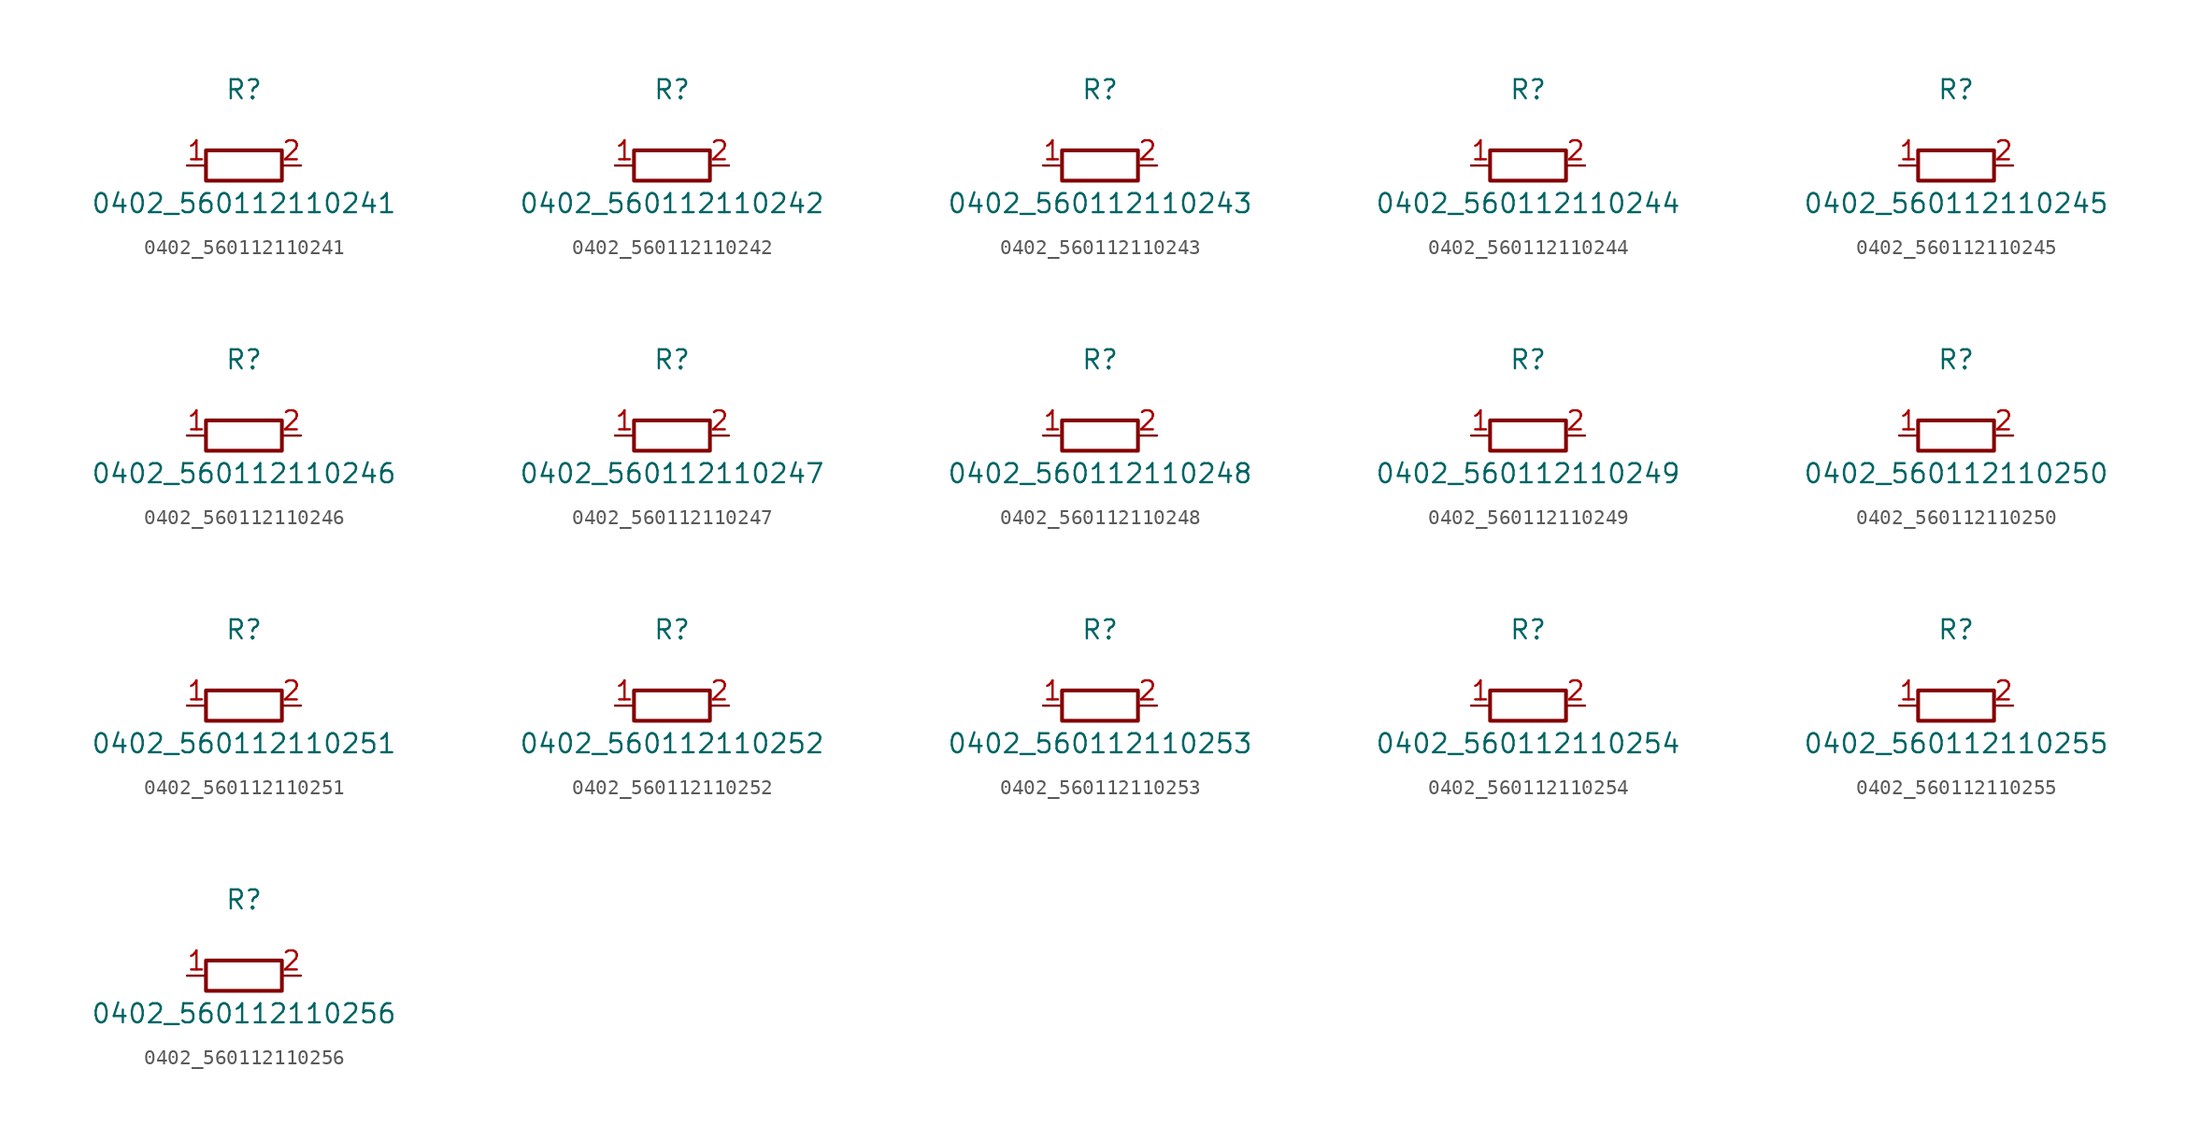
<source format=kicad_sym>
(kicad_symbol_lib
  (version 20220914)
  (generator kicad_symbol_editor)
  (symbol "0402_560112110241"
    (pin_names hide)
    (property "Reference" "R"
      (at 0 5.08 0)
      (effects (font (size 1.27 1.27))))
    (property "Value" "0402_560112110241"
      (at 0 -2.54 0)
      (effects (font (size 1.27 1.27))))
    (symbol "0402_560112110241_0_1"
      (rectangle (start -2.54 -1.016) (end 2.54 1.016) (stroke (width 0.254) (type default)) (fill (type none))))
    (symbol "0402_560112110241_1_1"
      (pin passive line (at -3.81 0 0) (length 1.27) (name "~" (effects (font (size 1.27 1.27)))) (number "1" (effects (font (size 1.27 1.27)))))
      (pin passive line (at 3.81 0 180) (length 1.27) (name "~" (effects (font (size 1.27 1.27)))) (number "2" (effects (font (size 1.27 1.27)))))))
  (symbol "0402_560112110242"
    (pin_names hide)
    (property "Reference" "R"
      (at 0 5.08 0)
      (effects (font (size 1.27 1.27))))
    (property "Value" "0402_560112110242"
      (at 0 -2.54 0)
      (effects (font (size 1.27 1.27))))
    (symbol "0402_560112110242_0_1"
      (rectangle (start -2.54 -1.016) (end 2.54 1.016) (stroke (width 0.254) (type default)) (fill (type none))))
    (symbol "0402_560112110242_1_1"
      (pin passive line (at -3.81 0 0) (length 1.27) (name "~" (effects (font (size 1.27 1.27)))) (number "1" (effects (font (size 1.27 1.27)))))
      (pin passive line (at 3.81 0 180) (length 1.27) (name "~" (effects (font (size 1.27 1.27)))) (number "2" (effects (font (size 1.27 1.27)))))))
  (symbol "0402_560112110243"
    (pin_names hide)
    (property "Reference" "R"
      (at 0 5.08 0)
      (effects (font (size 1.27 1.27))))
    (property "Value" "0402_560112110243"
      (at 0 -2.54 0)
      (effects (font (size 1.27 1.27))))
    (symbol "0402_560112110243_0_1"
      (rectangle (start -2.54 -1.016) (end 2.54 1.016) (stroke (width 0.254) (type default)) (fill (type none))))
    (symbol "0402_560112110243_1_1"
      (pin passive line (at -3.81 0 0) (length 1.27) (name "~" (effects (font (size 1.27 1.27)))) (number "1" (effects (font (size 1.27 1.27)))))
      (pin passive line (at 3.81 0 180) (length 1.27) (name "~" (effects (font (size 1.27 1.27)))) (number "2" (effects (font (size 1.27 1.27)))))))
  (symbol "0402_560112110244"
    (pin_names hide)
    (property "Reference" "R"
      (at 0 5.08 0)
      (effects (font (size 1.27 1.27))))
    (property "Value" "0402_560112110244"
      (at 0 -2.54 0)
      (effects (font (size 1.27 1.27))))
    (symbol "0402_560112110244_0_1"
      (rectangle (start -2.54 -1.016) (end 2.54 1.016) (stroke (width 0.254) (type default)) (fill (type none))))
    (symbol "0402_560112110244_1_1"
      (pin passive line (at -3.81 0 0) (length 1.27) (name "~" (effects (font (size 1.27 1.27)))) (number "1" (effects (font (size 1.27 1.27)))))
      (pin passive line (at 3.81 0 180) (length 1.27) (name "~" (effects (font (size 1.27 1.27)))) (number "2" (effects (font (size 1.27 1.27)))))))
  (symbol "0402_560112110245"
    (pin_names hide)
    (property "Reference" "R"
      (at 0 5.08 0)
      (effects (font (size 1.27 1.27))))
    (property "Value" "0402_560112110245"
      (at 0 -2.54 0)
      (effects (font (size 1.27 1.27))))
    (symbol "0402_560112110245_0_1"
      (rectangle (start -2.54 -1.016) (end 2.54 1.016) (stroke (width 0.254) (type default)) (fill (type none))))
    (symbol "0402_560112110245_1_1"
      (pin passive line (at -3.81 0 0) (length 1.27) (name "~" (effects (font (size 1.27 1.27)))) (number "1" (effects (font (size 1.27 1.27)))))
      (pin passive line (at 3.81 0 180) (length 1.27) (name "~" (effects (font (size 1.27 1.27)))) (number "2" (effects (font (size 1.27 1.27)))))))
  (symbol "0402_560112110246"
    (pin_names hide)
    (property "Reference" "R"
      (at 0 5.08 0)
      (effects (font (size 1.27 1.27))))
    (property "Value" "0402_560112110246"
      (at 0 -2.54 0)
      (effects (font (size 1.27 1.27))))
    (symbol "0402_560112110246_0_1"
      (rectangle (start -2.54 -1.016) (end 2.54 1.016) (stroke (width 0.254) (type default)) (fill (type none))))
    (symbol "0402_560112110246_1_1"
      (pin passive line (at -3.81 0 0) (length 1.27) (name "~" (effects (font (size 1.27 1.27)))) (number "1" (effects (font (size 1.27 1.27)))))
      (pin passive line (at 3.81 0 180) (length 1.27) (name "~" (effects (font (size 1.27 1.27)))) (number "2" (effects (font (size 1.27 1.27)))))))
  (symbol "0402_560112110247"
    (pin_names hide)
    (property "Reference" "R"
      (at 0 5.08 0)
      (effects (font (size 1.27 1.27))))
    (property "Value" "0402_560112110247"
      (at 0 -2.54 0)
      (effects (font (size 1.27 1.27))))
    (symbol "0402_560112110247_0_1"
      (rectangle (start -2.54 -1.016) (end 2.54 1.016) (stroke (width 0.254) (type default)) (fill (type none))))
    (symbol "0402_560112110247_1_1"
      (pin passive line (at -3.81 0 0) (length 1.27) (name "~" (effects (font (size 1.27 1.27)))) (number "1" (effects (font (size 1.27 1.27)))))
      (pin passive line (at 3.81 0 180) (length 1.27) (name "~" (effects (font (size 1.27 1.27)))) (number "2" (effects (font (size 1.27 1.27)))))))
  (symbol "0402_560112110248"
    (pin_names hide)
    (property "Reference" "R"
      (at 0 5.08 0)
      (effects (font (size 1.27 1.27))))
    (property "Value" "0402_560112110248"
      (at 0 -2.54 0)
      (effects (font (size 1.27 1.27))))
    (symbol "0402_560112110248_0_1"
      (rectangle (start -2.54 -1.016) (end 2.54 1.016) (stroke (width 0.254) (type default)) (fill (type none))))
    (symbol "0402_560112110248_1_1"
      (pin passive line (at -3.81 0 0) (length 1.27) (name "~" (effects (font (size 1.27 1.27)))) (number "1" (effects (font (size 1.27 1.27)))))
      (pin passive line (at 3.81 0 180) (length 1.27) (name "~" (effects (font (size 1.27 1.27)))) (number "2" (effects (font (size 1.27 1.27)))))))
  (symbol "0402_560112110249"
    (pin_names hide)
    (property "Reference" "R"
      (at 0 5.08 0)
      (effects (font (size 1.27 1.27))))
    (property "Value" "0402_560112110249"
      (at 0 -2.54 0)
      (effects (font (size 1.27 1.27))))
    (symbol "0402_560112110249_0_1"
      (rectangle (start -2.54 -1.016) (end 2.54 1.016) (stroke (width 0.254) (type default)) (fill (type none))))
    (symbol "0402_560112110249_1_1"
      (pin passive line (at -3.81 0 0) (length 1.27) (name "~" (effects (font (size 1.27 1.27)))) (number "1" (effects (font (size 1.27 1.27)))))
      (pin passive line (at 3.81 0 180) (length 1.27) (name "~" (effects (font (size 1.27 1.27)))) (number "2" (effects (font (size 1.27 1.27)))))))
  (symbol "0402_560112110250"
    (pin_names hide)
    (property "Reference" "R"
      (at 0 5.08 0)
      (effects (font (size 1.27 1.27))))
    (property "Value" "0402_560112110250"
      (at 0 -2.54 0)
      (effects (font (size 1.27 1.27))))
    (symbol "0402_560112110250_0_1"
      (rectangle (start -2.54 -1.016) (end 2.54 1.016) (stroke (width 0.254) (type default)) (fill (type none))))
    (symbol "0402_560112110250_1_1"
      (pin passive line (at -3.81 0 0) (length 1.27) (name "~" (effects (font (size 1.27 1.27)))) (number "1" (effects (font (size 1.27 1.27)))))
      (pin passive line (at 3.81 0 180) (length 1.27) (name "~" (effects (font (size 1.27 1.27)))) (number "2" (effects (font (size 1.27 1.27)))))))
  (symbol "0402_560112110251"
    (pin_names hide)
    (property "Reference" "R"
      (at 0 5.08 0)
      (effects (font (size 1.27 1.27))))
    (property "Value" "0402_560112110251"
      (at 0 -2.54 0)
      (effects (font (size 1.27 1.27))))
    (symbol "0402_560112110251_0_1"
      (rectangle (start -2.54 -1.016) (end 2.54 1.016) (stroke (width 0.254) (type default)) (fill (type none))))
    (symbol "0402_560112110251_1_1"
      (pin passive line (at -3.81 0 0) (length 1.27) (name "~" (effects (font (size 1.27 1.27)))) (number "1" (effects (font (size 1.27 1.27)))))
      (pin passive line (at 3.81 0 180) (length 1.27) (name "~" (effects (font (size 1.27 1.27)))) (number "2" (effects (font (size 1.27 1.27)))))))
  (symbol "0402_560112110252"
    (pin_names hide)
    (property "Reference" "R"
      (at 0 5.08 0)
      (effects (font (size 1.27 1.27))))
    (property "Value" "0402_560112110252"
      (at 0 -2.54 0)
      (effects (font (size 1.27 1.27))))
    (symbol "0402_560112110252_0_1"
      (rectangle (start -2.54 -1.016) (end 2.54 1.016) (stroke (width 0.254) (type default)) (fill (type none))))
    (symbol "0402_560112110252_1_1"
      (pin passive line (at -3.81 0 0) (length 1.27) (name "~" (effects (font (size 1.27 1.27)))) (number "1" (effects (font (size 1.27 1.27)))))
      (pin passive line (at 3.81 0 180) (length 1.27) (name "~" (effects (font (size 1.27 1.27)))) (number "2" (effects (font (size 1.27 1.27)))))))
  (symbol "0402_560112110253"
    (pin_names hide)
    (property "Reference" "R"
      (at 0 5.08 0)
      (effects (font (size 1.27 1.27))))
    (property "Value" "0402_560112110253"
      (at 0 -2.54 0)
      (effects (font (size 1.27 1.27))))
    (symbol "0402_560112110253_0_1"
      (rectangle (start -2.54 -1.016) (end 2.54 1.016) (stroke (width 0.254) (type default)) (fill (type none))))
    (symbol "0402_560112110253_1_1"
      (pin passive line (at -3.81 0 0) (length 1.27) (name "~" (effects (font (size 1.27 1.27)))) (number "1" (effects (font (size 1.27 1.27)))))
      (pin passive line (at 3.81 0 180) (length 1.27) (name "~" (effects (font (size 1.27 1.27)))) (number "2" (effects (font (size 1.27 1.27)))))))
  (symbol "0402_560112110254"
    (pin_names hide)
    (property "Reference" "R"
      (at 0 5.08 0)
      (effects (font (size 1.27 1.27))))
    (property "Value" "0402_560112110254"
      (at 0 -2.54 0)
      (effects (font (size 1.27 1.27))))
    (symbol "0402_560112110254_0_1"
      (rectangle (start -2.54 -1.016) (end 2.54 1.016) (stroke (width 0.254) (type default)) (fill (type none))))
    (symbol "0402_560112110254_1_1"
      (pin passive line (at -3.81 0 0) (length 1.27) (name "~" (effects (font (size 1.27 1.27)))) (number "1" (effects (font (size 1.27 1.27)))))
      (pin passive line (at 3.81 0 180) (length 1.27) (name "~" (effects (font (size 1.27 1.27)))) (number "2" (effects (font (size 1.27 1.27)))))))
  (symbol "0402_560112110255"
    (pin_names hide)
    (property "Reference" "R"
      (at 0 5.08 0)
      (effects (font (size 1.27 1.27))))
    (property "Value" "0402_560112110255"
      (at 0 -2.54 0)
      (effects (font (size 1.27 1.27))))
    (symbol "0402_560112110255_0_1"
      (rectangle (start -2.54 -1.016) (end 2.54 1.016) (stroke (width 0.254) (type default)) (fill (type none))))
    (symbol "0402_560112110255_1_1"
      (pin passive line (at -3.81 0 0) (length 1.27) (name "~" (effects (font (size 1.27 1.27)))) (number "1" (effects (font (size 1.27 1.27)))))
      (pin passive line (at 3.81 0 180) (length 1.27) (name "~" (effects (font (size 1.27 1.27)))) (number "2" (effects (font (size 1.27 1.27)))))))
  (symbol "0402_560112110256"
    (pin_names hide)
    (property "Reference" "R"
      (at 0 5.08 0)
      (effects (font (size 1.27 1.27))))
    (property "Value" "0402_560112110256"
      (at 0 -2.54 0)
      (effects (font (size 1.27 1.27))))
    (symbol "0402_560112110256_0_1"
      (rectangle (start -2.54 -1.016) (end 2.54 1.016) (stroke (width 0.254) (type default)) (fill (type none))))
    (symbol "0402_560112110256_1_1"
      (pin passive line (at -3.81 0 0) (length 1.27) (name "~" (effects (font (size 1.27 1.27)))) (number "1" (effects (font (size 1.27 1.27)))))
      (pin passive line (at 3.81 0 180) (length 1.27) (name "~" (effects (font (size 1.27 1.27)))) (number "2" (effects (font (size 1.27 1.27))))))))
</source>
